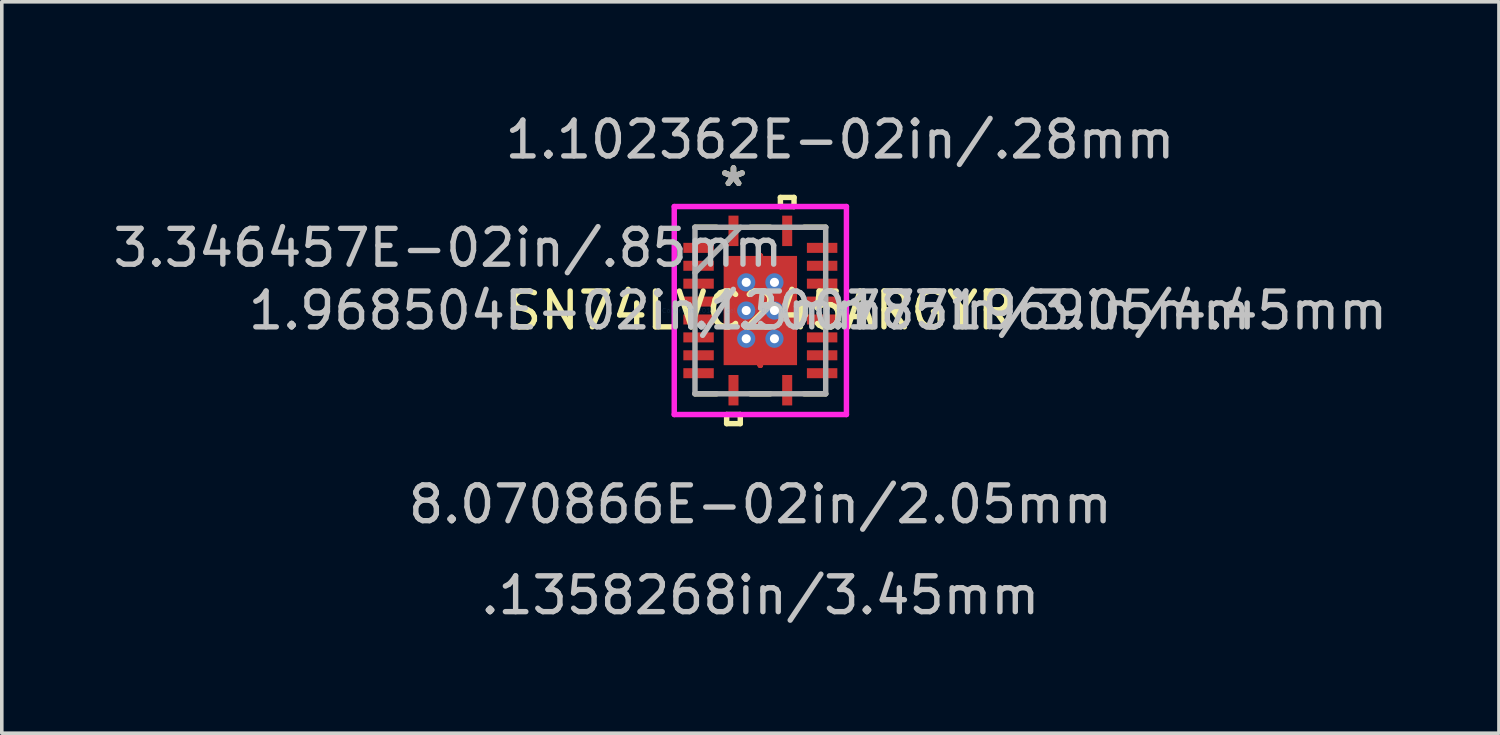
<source format=kicad_pcb>
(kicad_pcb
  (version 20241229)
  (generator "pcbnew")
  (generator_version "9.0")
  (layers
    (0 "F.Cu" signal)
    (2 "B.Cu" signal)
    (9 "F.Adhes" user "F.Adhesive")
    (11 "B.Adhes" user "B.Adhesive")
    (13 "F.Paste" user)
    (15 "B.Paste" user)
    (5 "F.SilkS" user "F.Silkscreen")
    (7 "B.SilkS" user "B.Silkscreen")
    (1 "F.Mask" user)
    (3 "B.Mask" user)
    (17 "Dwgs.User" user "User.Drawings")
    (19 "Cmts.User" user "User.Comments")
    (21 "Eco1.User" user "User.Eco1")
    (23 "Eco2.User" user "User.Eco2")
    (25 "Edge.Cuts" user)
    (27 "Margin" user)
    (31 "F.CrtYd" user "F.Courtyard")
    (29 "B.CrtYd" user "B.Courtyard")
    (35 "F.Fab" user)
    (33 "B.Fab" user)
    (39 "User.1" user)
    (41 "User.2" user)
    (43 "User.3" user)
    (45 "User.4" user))
  (footprint "SN74LVC245ARGYR"
    (layer "F.Cu")
    (at 18.181 5.621)
    (property "Reference" "SN74LVC245ARGYR" (at 0 0 0) (layer "F.SilkS") (effects (font (size 1 1) (thickness 0.15))))
    (attr through_hole)
    (fp_line (start 0 -1.525) (end 0 -1.525) (stroke (width 0.152) (type solid)) (layer "F.Cu"))
    (fp_line (start 0 -1.525) (end 0 -1.525) (stroke (width 0.152) (type solid)) (layer "F.Cu"))
    (fp_line (start 0 -1.525) (end 0 -1.525) (stroke (width 0.152) (type solid)) (layer "F.Cu"))
    (fp_line (start 0 -1.525) (end 0 -1.525) (stroke (width 0.152) (type solid)) (layer "F.Cu"))
    (fp_line (start 0 -1.525) (end 0 -1.525) (stroke (width 0.152) (type solid)) (layer "F.Cu"))
    (fp_line (start 0 -1.525) (end 0 -1.525) (stroke (width 0.152) (type solid)) (layer "F.Cu"))
    (fp_line (start 0 -1.525) (end 0 -1.525) (stroke (width 0.152) (type solid)) (layer "F.Cu"))
    (fp_line (start 0 -1.525) (end 0 -1.525) (stroke (width 0.152) (type solid)) (layer "F.Cu"))
    (fp_line (start 0 1.525) (end 0 1.525) (stroke (width 0.152) (type solid)) (layer "F.Cu"))
    (fp_line (start 0 1.525) (end 0 1.525) (stroke (width 0.152) (type solid)) (layer "F.Cu"))
    (fp_line (start 0 1.525) (end 0 1.525) (stroke (width 0.152) (type solid)) (layer "F.Cu"))
    (fp_line (start 0 1.525) (end 0 1.525) (stroke (width 0.152) (type solid)) (layer "F.Cu"))
    (fp_line (start 0 1.525) (end 0 1.525) (stroke (width 0.152) (type solid)) (layer "F.Cu"))
    (fp_line (start 0 1.525) (end 0 1.525) (stroke (width 0.152) (type solid)) (layer "F.Cu"))
    (fp_line (start 0 1.525) (end 0 1.525) (stroke (width 0.152) (type solid)) (layer "F.Cu"))
    (fp_line (start 0 1.525) (end 0 1.525) (stroke (width 0.152) (type solid)) (layer "F.Cu"))
    (fp_line (start -2.22 -1.96) (end -2.22 -1.54) (stroke (width 0.152) (type solid)) (layer "F.Mask"))
    (fp_line (start -2.22 -1.54) (end -1.23 -1.54) (stroke (width 0.152) (type solid)) (layer "F.Mask"))
    (fp_line (start -2.22 -1.46) (end -2.22 -1.04) (stroke (width 0.152) (type solid)) (layer "F.Mask"))
    (fp_line (start -2.22 -1.04) (end -1.23 -1.04) (stroke (width 0.152) (type solid)) (layer "F.Mask"))
    (fp_line (start -2.22 -0.96) (end -2.22 -0.54) (stroke (width 0.152) (type solid)) (layer "F.Mask"))
    (fp_line (start -2.22 -0.54) (end -1.23 -0.54) (stroke (width 0.152) (type solid)) (layer "F.Mask"))
    (fp_line (start -2.22 -0.46) (end -2.22 -0.04) (stroke (width 0.152) (type solid)) (layer "F.Mask"))
    (fp_line (start -2.22 -0.04) (end -1.23 -0.04) (stroke (width 0.152) (type solid)) (layer "F.Mask"))
    (fp_line (start -2.22 0.04) (end -2.22 0.46) (stroke (width 0.152) (type solid)) (layer "F.Mask"))
    (fp_line (start -2.22 0.46) (end -1.23 0.46) (stroke (width 0.152) (type solid)) (layer "F.Mask"))
    (fp_line (start -2.22 0.54) (end -2.22 0.96) (stroke (width 0.152) (type solid)) (layer "F.Mask"))
    (fp_line (start -2.22 0.96) (end -1.23 0.96) (stroke (width 0.152) (type solid)) (layer "F.Mask"))
    (fp_line (start -2.22 1.04) (end -2.22 1.46) (stroke (width 0.152) (type solid)) (layer "F.Mask"))
    (fp_line (start -2.22 1.46) (end -1.23 1.46) (stroke (width 0.152) (type solid)) (layer "F.Mask"))
    (fp_line (start -2.22 1.54) (end -2.22 1.96) (stroke (width 0.152) (type solid)) (layer "F.Mask"))
    (fp_line (start -2.22 1.96) (end -1.23 1.96) (stroke (width 0.152) (type solid)) (layer "F.Mask"))
    (fp_line (start -1.23 -1.96) (end -2.22 -1.96) (stroke (width 0.152) (type solid)) (layer "F.Mask"))
    (fp_line (start -1.23 -1.54) (end -1.23 -1.96) (stroke (width 0.152) (type solid)) (layer "F.Mask"))
    (fp_line (start -1.23 -1.46) (end -2.22 -1.46) (stroke (width 0.152) (type solid)) (layer "F.Mask"))
    (fp_line (start -1.23 -1.04) (end -1.23 -1.46) (stroke (width 0.152) (type solid)) (layer "F.Mask"))
    (fp_line (start -1.23 -0.96) (end -2.22 -0.96) (stroke (width 0.152) (type solid)) (layer "F.Mask"))
    (fp_line (start -1.23 -0.54) (end -1.23 -0.96) (stroke (width 0.152) (type solid)) (layer "F.Mask"))
    (fp_line (start -1.23 -0.46) (end -2.22 -0.46) (stroke (width 0.152) (type solid)) (layer "F.Mask"))
    (fp_line (start -1.23 -0.04) (end -1.23 -0.46) (stroke (width 0.152) (type solid)) (layer "F.Mask"))
    (fp_line (start -1.23 0.04) (end -2.22 0.04) (stroke (width 0.152) (type solid)) (layer "F.Mask"))
    (fp_line (start -1.23 0.46) (end -1.23 0.04) (stroke (width 0.152) (type solid)) (layer "F.Mask"))
    (fp_line (start -1.23 0.54) (end -2.22 0.54) (stroke (width 0.152) (type solid)) (layer "F.Mask"))
    (fp_line (start -1.23 0.96) (end -1.23 0.54) (stroke (width 0.152) (type solid)) (layer "F.Mask"))
    (fp_line (start -1.23 1.04) (end -2.22 1.04) (stroke (width 0.152) (type solid)) (layer "F.Mask"))
    (fp_line (start -1.23 1.46) (end -1.23 1.04) (stroke (width 0.152) (type solid)) (layer "F.Mask"))
    (fp_line (start -1.23 1.54) (end -2.22 1.54) (stroke (width 0.152) (type solid)) (layer "F.Mask"))
    (fp_line (start -1.23 1.96) (end -1.23 1.54) (stroke (width 0.152) (type solid)) (layer "F.Mask"))
    (fp_line (start -1.089 -1.588) (end -0.594 -1.588) (stroke (width 0.152) (type solid)) (layer "F.Mask"))
    (fp_line (start -1.089 -1.588) (end 1.089 -1.588) (stroke (width 0.152) (type solid)) (layer "F.Mask"))
    (fp_line (start -1.089 -0.987) (end -1.089 -1.588) (stroke (width 0.152) (type solid)) (layer "F.Mask"))
    (fp_line (start -1.089 -0.587) (end 1.089 -0.587) (stroke (width 0.152) (type solid)) (layer "F.Mask"))
    (fp_line (start -1.089 -0.2) (end -1.089 -0.587) (stroke (width 0.152) (type solid)) (layer "F.Mask"))
    (fp_line (start -1.089 0.2) (end 1.089 0.2) (stroke (width 0.152) (type solid)) (layer "F.Mask"))
    (fp_line (start -1.089 0.587) (end -1.089 0.2) (stroke (width 0.152) (type solid)) (layer "F.Mask"))
    (fp_line (start -1.089 0.987) (end 1.089 0.987) (stroke (width 0.152) (type solid)) (layer "F.Mask"))
    (fp_line (start -1.089 1.588) (end -1.089 -1.588) (stroke (width 0.152) (type solid)) (layer "F.Mask"))
    (fp_line (start -1.089 1.588) (end -1.089 0.987) (stroke (width 0.152) (type solid)) (layer "F.Mask"))
    (fp_line (start -0.96 -2.72) (end -0.96 -1.73) (stroke (width 0.152) (type solid)) (layer "F.Mask"))
    (fp_line (start -0.96 -1.73) (end -0.54 -1.73) (stroke (width 0.152) (type solid)) (layer "F.Mask"))
    (fp_line (start -0.96 1.73) (end -0.96 2.72) (stroke (width 0.152) (type solid)) (layer "F.Mask"))
    (fp_line (start -0.96 2.72) (end -0.54 2.72) (stroke (width 0.152) (type solid)) (layer "F.Mask"))
    (fp_line (start -0.594 -1.588) (end -0.594 1.588) (stroke (width 0.152) (type solid)) (layer "F.Mask"))
    (fp_line (start -0.594 1.588) (end -1.089 1.588) (stroke (width 0.152) (type solid)) (layer "F.Mask"))
    (fp_line (start -0.54 -2.72) (end -0.96 -2.72) (stroke (width 0.152) (type solid)) (layer "F.Mask"))
    (fp_line (start -0.54 -1.73) (end -0.54 -2.72) (stroke (width 0.152) (type solid)) (layer "F.Mask"))
    (fp_line (start -0.54 1.73) (end -0.96 1.73) (stroke (width 0.152) (type solid)) (layer "F.Mask"))
    (fp_line (start -0.54 2.72) (end -0.54 1.73) (stroke (width 0.152) (type solid)) (layer "F.Mask"))
    (fp_line (start -0.194 -1.588) (end -0.194 1.588) (stroke (width 0.152) (type solid)) (layer "F.Mask"))
    (fp_line (start -0.194 1.588) (end 0.194 1.588) (stroke (width 0.152) (type solid)) (layer "F.Mask"))
    (fp_line (start 0 -1.525) (end 0 -1.525) (stroke (width 0.152) (type solid)) (layer "F.Mask"))
    (fp_line (start 0 -1.525) (end 0 -1.525) (stroke (width 0.152) (type solid)) (layer "F.Mask"))
    (fp_line (start 0 -1.525) (end 0 -1.525) (stroke (width 0.152) (type solid)) (layer "F.Mask"))
    (fp_line (start 0 -1.525) (end 0 -1.525) (stroke (width 0.152) (type solid)) (layer "F.Mask"))
    (fp_line (start 0 -1.525) (end 0 -1.525) (stroke (width 0.152) (type solid)) (layer "F.Mask"))
    (fp_line (start 0 -1.525) (end 0 -1.525) (stroke (width 0.152) (type solid)) (layer "F.Mask"))
    (fp_line (start 0 -1.525) (end 0 -1.525) (stroke (width 0.152) (type solid)) (layer "F.Mask"))
    (fp_line (start 0 -1.525) (end 0 -1.525) (stroke (width 0.152) (type solid)) (layer "F.Mask"))
    (fp_line (start 0 1.525) (end 0 1.525) (stroke (width 0.152) (type solid)) (layer "F.Mask"))
    (fp_line (start 0 1.525) (end 0 1.525) (stroke (width 0.152) (type solid)) (layer "F.Mask"))
    (fp_line (start 0 1.525) (end 0 1.525) (stroke (width 0.152) (type solid)) (layer "F.Mask"))
    (fp_line (start 0 1.525) (end 0 1.525) (stroke (width 0.152) (type solid)) (layer "F.Mask"))
    (fp_line (start 0 1.525) (end 0 1.525) (stroke (width 0.152) (type solid)) (layer "F.Mask"))
    (fp_line (start 0 1.525) (end 0 1.525) (stroke (width 0.152) (type solid)) (layer "F.Mask"))
    (fp_line (start 0 1.525) (end 0 1.525) (stroke (width 0.152) (type solid)) (layer "F.Mask"))
    (fp_line (start 0 1.525) (end 0 1.525) (stroke (width 0.152) (type solid)) (layer "F.Mask"))
    (fp_line (start 0.194 -1.588) (end -0.194 -1.588) (stroke (width 0.152) (type solid)) (layer "F.Mask"))
    (fp_line (start 0.194 1.588) (end 0.194 -1.588) (stroke (width 0.152) (type solid)) (layer "F.Mask"))
    (fp_line (start 0.54 -2.72) (end 0.54 -1.73) (stroke (width 0.152) (type solid)) (layer "F.Mask"))
    (fp_line (start 0.54 -1.73) (end 0.96 -1.73) (stroke (width 0.152) (type solid)) (layer "F.Mask"))
    (fp_line (start 0.54 1.73) (end 0.54 2.72) (stroke (width 0.152) (type solid)) (layer "F.Mask"))
    (fp_line (start 0.54 2.72) (end 0.96 2.72) (stroke (width 0.152) (type solid)) (layer "F.Mask"))
    (fp_line (start 0.594 -1.588) (end 1.089 -1.588) (stroke (width 0.152) (type solid)) (layer "F.Mask"))
    (fp_line (start 0.594 1.588) (end 0.594 -1.588) (stroke (width 0.152) (type solid)) (layer "F.Mask"))
    (fp_line (start 0.96 -2.72) (end 0.54 -2.72) (stroke (width 0.152) (type solid)) (layer "F.Mask"))
    (fp_line (start 0.96 -1.73) (end 0.96 -2.72) (stroke (width 0.152) (type solid)) (layer "F.Mask"))
    (fp_line (start 0.96 1.73) (end 0.54 1.73) (stroke (width 0.152) (type solid)) (layer "F.Mask"))
    (fp_line (start 0.96 2.72) (end 0.96 1.73) (stroke (width 0.152) (type solid)) (layer "F.Mask"))
    (fp_line (start 1.089 -1.588) (end 1.089 -0.987) (stroke (width 0.152) (type solid)) (layer "F.Mask"))
    (fp_line (start 1.089 -1.588) (end 1.089 1.588) (stroke (width 0.152) (type solid)) (layer "F.Mask"))
    (fp_line (start 1.089 -0.987) (end -1.089 -0.987) (stroke (width 0.152) (type solid)) (layer "F.Mask"))
    (fp_line (start 1.089 -0.587) (end 1.089 -0.2) (stroke (width 0.152) (type solid)) (layer "F.Mask"))
    (fp_line (start 1.089 -0.2) (end -1.089 -0.2) (stroke (width 0.152) (type solid)) (layer "F.Mask"))
    (fp_line (start 1.089 0.2) (end 1.089 0.587) (stroke (width 0.152) (type solid)) (layer "F.Mask"))
    (fp_line (start 1.089 0.587) (end -1.089 0.587) (stroke (width 0.152) (type solid)) (layer "F.Mask"))
    (fp_line (start 1.089 0.987) (end 1.089 1.588) (stroke (width 0.152) (type solid)) (layer "F.Mask"))
    (fp_line (start 1.089 1.588) (end -1.089 1.588) (stroke (width 0.152) (type solid)) (layer "F.Mask"))
    (fp_line (start 1.089 1.588) (end 0.594 1.588) (stroke (width 0.152) (type solid)) (layer "F.Mask"))
    (fp_line (start 1.23 -1.96) (end 1.23 -1.54) (stroke (width 0.152) (type solid)) (layer "F.Mask"))
    (fp_line (start 1.23 -1.54) (end 2.22 -1.54) (stroke (width 0.152) (type solid)) (layer "F.Mask"))
    (fp_line (start 1.23 -1.46) (end 1.23 -1.04) (stroke (width 0.152) (type solid)) (layer "F.Mask"))
    (fp_line (start 1.23 -1.04) (end 2.22 -1.04) (stroke (width 0.152) (type solid)) (layer "F.Mask"))
    (fp_line (start 1.23 -0.96) (end 1.23 -0.54) (stroke (width 0.152) (type solid)) (layer "F.Mask"))
    (fp_line (start 1.23 -0.54) (end 2.22 -0.54) (stroke (width 0.152) (type solid)) (layer "F.Mask"))
    (fp_line (start 1.23 -0.46) (end 1.23 -0.04) (stroke (width 0.152) (type solid)) (layer "F.Mask"))
    (fp_line (start 1.23 -0.04) (end 2.22 -0.04) (stroke (width 0.152) (type solid)) (layer "F.Mask"))
    (fp_line (start 1.23 0.04) (end 1.23 0.46) (stroke (width 0.152) (type solid)) (layer "F.Mask"))
    (fp_line (start 1.23 0.46) (end 2.22 0.46) (stroke (width 0.152) (type solid)) (layer "F.Mask"))
    (fp_line (start 1.23 0.54) (end 1.23 0.96) (stroke (width 0.152) (type solid)) (layer "F.Mask"))
    (fp_line (start 1.23 0.96) (end 2.22 0.96) (stroke (width 0.152) (type solid)) (layer "F.Mask"))
    (fp_line (start 1.23 1.04) (end 1.23 1.46) (stroke (width 0.152) (type solid)) (layer "F.Mask"))
    (fp_line (start 1.23 1.46) (end 2.22 1.46) (stroke (width 0.152) (type solid)) (layer "F.Mask"))
    (fp_line (start 1.23 1.54) (end 1.23 1.96) (stroke (width 0.152) (type solid)) (layer "F.Mask"))
    (fp_line (start 1.23 1.96) (end 2.22 1.96) (stroke (width 0.152) (type solid)) (layer "F.Mask"))
    (fp_line (start 2.22 -1.96) (end 1.23 -1.96) (stroke (width 0.152) (type solid)) (layer "F.Mask"))
    (fp_line (start 2.22 -1.54) (end 2.22 -1.96) (stroke (width 0.152) (type solid)) (layer "F.Mask"))
    (fp_line (start 2.22 -1.46) (end 1.23 -1.46) (stroke (width 0.152) (type solid)) (layer "F.Mask"))
    (fp_line (start 2.22 -1.04) (end 2.22 -1.46) (stroke (width 0.152) (type solid)) (layer "F.Mask"))
    (fp_line (start 2.22 -0.96) (end 1.23 -0.96) (stroke (width 0.152) (type solid)) (layer "F.Mask"))
    (fp_line (start 2.22 -0.54) (end 2.22 -0.96) (stroke (width 0.152) (type solid)) (layer "F.Mask"))
    (fp_line (start 2.22 -0.46) (end 1.23 -0.46) (stroke (width 0.152) (type solid)) (layer "F.Mask"))
    (fp_line (start 2.22 -0.04) (end 2.22 -0.46) (stroke (width 0.152) (type solid)) (layer "F.Mask"))
    (fp_line (start 2.22 0.04) (end 1.23 0.04) (stroke (width 0.152) (type solid)) (layer "F.Mask"))
    (fp_line (start 2.22 0.46) (end 2.22 0.04) (stroke (width 0.152) (type solid)) (layer "F.Mask"))
    (fp_line (start 2.22 0.54) (end 1.23 0.54) (stroke (width 0.152) (type solid)) (layer "F.Mask"))
    (fp_line (start 2.22 0.96) (end 2.22 0.54) (stroke (width 0.152) (type solid)) (layer "F.Mask"))
    (fp_line (start 2.22 1.04) (end 1.23 1.04) (stroke (width 0.152) (type solid)) (layer "F.Mask"))
    (fp_line (start 2.22 1.46) (end 2.22 1.04) (stroke (width 0.152) (type solid)) (layer "F.Mask"))
    (fp_line (start 2.22 1.54) (end 1.23 1.54) (stroke (width 0.152) (type solid)) (layer "F.Mask"))
    (fp_line (start 2.22 1.96) (end 2.22 1.54) (stroke (width 0.152) (type solid)) (layer "F.Mask"))
    (fp_line (start -1.825 2.325) (end -1.223 2.325) (stroke (width 0.152) (type solid)) (layer "F.SilkS"))
    (fp_line (start -1.223 -2.325) (end -1.825 -2.325) (stroke (width 0.152) (type solid)) (layer "F.SilkS"))
    (fp_line (start -0.941 2.904) (end -0.941 3.158) (stroke (width 0.152) (type solid)) (layer "F.SilkS"))
    (fp_line (start -0.941 3.158) (end -0.56 3.158) (stroke (width 0.152) (type solid)) (layer "F.SilkS"))
    (fp_line (start -0.56 2.904) (end -0.941 2.904) (stroke (width 0.152) (type solid)) (layer "F.SilkS"))
    (fp_line (start -0.56 3.158) (end -0.56 2.904) (stroke (width 0.152) (type solid)) (layer "F.SilkS"))
    (fp_line (start -0.277 2.325) (end 0.277 2.325) (stroke (width 0.152) (type solid)) (layer "F.SilkS"))
    (fp_line (start 0.277 -2.325) (end -0.277 -2.325) (stroke (width 0.152) (type solid)) (layer "F.SilkS"))
    (fp_line (start 0.56 -3.158) (end 0.941 -3.158) (stroke (width 0.152) (type solid)) (layer "F.SilkS"))
    (fp_line (start 0.56 -2.904) (end 0.56 -3.158) (stroke (width 0.152) (type solid)) (layer "F.SilkS"))
    (fp_line (start 0.941 -3.158) (end 0.941 -2.904) (stroke (width 0.152) (type solid)) (layer "F.SilkS"))
    (fp_line (start 0.941 -2.904) (end 0.56 -2.904) (stroke (width 0.152) (type solid)) (layer "F.SilkS"))
    (fp_line (start 1.223 2.325) (end 1.825 2.325) (stroke (width 0.152) (type solid)) (layer "F.SilkS"))
    (fp_line (start 1.825 -2.325) (end 1.223 -2.325) (stroke (width 0.152) (type solid)) (layer "F.SilkS"))
    (fp_line (start -2.125 -1.865) (end -2.125 -1.635) (stroke (width 0.152) (type solid)) (layer "F.Paste"))
    (fp_line (start -2.125 -1.635) (end -1.325 -1.635) (stroke (width 0.152) (type solid)) (layer "F.Paste"))
    (fp_line (start -2.125 -1.365) (end -2.125 -1.135) (stroke (width 0.152) (type solid)) (layer "F.Paste"))
    (fp_line (start -2.125 -1.135) (end -1.325 -1.135) (stroke (width 0.152) (type solid)) (layer "F.Paste"))
    (fp_line (start -2.125 -0.865) (end -2.125 -0.635) (stroke (width 0.152) (type solid)) (layer "F.Paste"))
    (fp_line (start -2.125 -0.635) (end -1.325 -0.635) (stroke (width 0.152) (type solid)) (layer "F.Paste"))
    (fp_line (start -2.125 -0.365) (end -2.125 -0.135) (stroke (width 0.152) (type solid)) (layer "F.Paste"))
    (fp_line (start -2.125 -0.135) (end -1.325 -0.135) (stroke (width 0.152) (type solid)) (layer "F.Paste"))
    (fp_line (start -2.125 0.135) (end -2.125 0.365) (stroke (width 0.152) (type solid)) (layer "F.Paste"))
    (fp_line (start -2.125 0.365) (end -1.325 0.365) (stroke (width 0.152) (type solid)) (layer "F.Paste"))
    (fp_line (start -2.125 0.635) (end -2.125 0.865) (stroke (width 0.152) (type solid)) (layer "F.Paste"))
    (fp_line (start -2.125 0.865) (end -1.325 0.865) (stroke (width 0.152) (type solid)) (layer "F.Paste"))
    (fp_line (start -2.125 1.135) (end -2.125 1.365) (stroke (width 0.152) (type solid)) (layer "F.Paste"))
    (fp_line (start -2.125 1.365) (end -1.325 1.365) (stroke (width 0.152) (type solid)) (layer "F.Paste"))
    (fp_line (start -2.125 1.635) (end -2.125 1.865) (stroke (width 0.152) (type solid)) (layer "F.Paste"))
    (fp_line (start -2.125 1.865) (end -1.325 1.865) (stroke (width 0.152) (type solid)) (layer "F.Paste"))
    (fp_line (start -1.325 -1.865) (end -2.125 -1.865) (stroke (width 0.152) (type solid)) (layer "F.Paste"))
    (fp_line (start -1.325 -1.635) (end -1.325 -1.865) (stroke (width 0.152) (type solid)) (layer "F.Paste"))
    (fp_line (start -1.325 -1.365) (end -2.125 -1.365) (stroke (width 0.152) (type solid)) (layer "F.Paste"))
    (fp_line (start -1.325 -1.135) (end -1.325 -1.365) (stroke (width 0.152) (type solid)) (layer "F.Paste"))
    (fp_line (start -1.325 -0.865) (end -2.125 -0.865) (stroke (width 0.152) (type solid)) (layer "F.Paste"))
    (fp_line (start -1.325 -0.635) (end -1.325 -0.865) (stroke (width 0.152) (type solid)) (layer "F.Paste"))
    (fp_line (start -1.325 -0.365) (end -2.125 -0.365) (stroke (width 0.152) (type solid)) (layer "F.Paste"))
    (fp_line (start -1.325 -0.135) (end -1.325 -0.365) (stroke (width 0.152) (type solid)) (layer "F.Paste"))
    (fp_line (start -1.325 0.135) (end -2.125 0.135) (stroke (width 0.152) (type solid)) (layer "F.Paste"))
    (fp_line (start -1.325 0.365) (end -1.325 0.135) (stroke (width 0.152) (type solid)) (layer "F.Paste"))
    (fp_line (start -1.325 0.635) (end -2.125 0.635) (stroke (width 0.152) (type solid)) (layer "F.Paste"))
    (fp_line (start -1.325 0.865) (end -1.325 0.635) (stroke (width 0.152) (type solid)) (layer "F.Paste"))
    (fp_line (start -1.325 1.135) (end -2.125 1.135) (stroke (width 0.152) (type solid)) (layer "F.Paste"))
    (fp_line (start -1.325 1.365) (end -1.325 1.135) (stroke (width 0.152) (type solid)) (layer "F.Paste"))
    (fp_line (start -1.325 1.635) (end -2.125 1.635) (stroke (width 0.152) (type solid)) (layer "F.Paste"))
    (fp_line (start -1.325 1.865) (end -1.325 1.635) (stroke (width 0.152) (type solid)) (layer "F.Paste"))
    (fp_line (start -0.95 -1.45) (end -0.95 -0.887) (stroke (width 0.152) (type solid)) (layer "F.Paste"))
    (fp_line (start -0.95 -0.887) (end -0.635 -0.887) (stroke (width 0.152) (type solid)) (layer "F.Paste"))
    (fp_line (start -0.95 -0.687) (end -0.95 -0.1) (stroke (width 0.152) (type solid)) (layer "F.Paste"))
    (fp_line (start -0.95 -0.1) (end -0.635 -0.1) (stroke (width 0.152) (type solid)) (layer "F.Paste"))
    (fp_line (start -0.95 0.1) (end -0.95 0.687) (stroke (width 0.152) (type solid)) (layer "F.Paste"))
    (fp_line (start -0.95 0.687) (end -0.635 0.687) (stroke (width 0.152) (type solid)) (layer "F.Paste"))
    (fp_line (start -0.95 0.887) (end -0.95 1.45) (stroke (width 0.152) (type solid)) (layer "F.Paste"))
    (fp_line (start -0.95 1.45) (end -0.494 1.45) (stroke (width 0.152) (type solid)) (layer "F.Paste"))
    (fp_line (start -0.865 -2.625) (end -0.865 -1.825) (stroke (width 0.152) (type solid)) (layer "F.Paste"))
    (fp_line (start -0.865 -1.825) (end -0.635 -1.825) (stroke (width 0.152) (type solid)) (layer "F.Paste"))
    (fp_line (start -0.865 1.825) (end -0.865 2.625) (stroke (width 0.152) (type solid)) (layer "F.Paste"))
    (fp_line (start -0.865 2.625) (end -0.635 2.625) (stroke (width 0.152) (type solid)) (layer "F.Paste"))
    (fp_line (start -0.635 -0.887) (end -0.635 -0.887) (stroke (width 0.152) (type solid)) (layer "F.Paste"))
    (fp_line (start -0.635 -0.887) (end -0.494 -1.029) (stroke (width 0.152) (type solid)) (layer "F.Paste"))
    (fp_line (start -0.635 -0.687) (end -0.95 -0.687) (stroke (width 0.152) (type solid)) (layer "F.Paste"))
    (fp_line (start -0.635 -0.687) (end -0.635 -0.687) (stroke (width 0.152) (type solid)) (layer "F.Paste"))
    (fp_line (start -0.635 -0.1) (end -0.635 -0.1) (stroke (width 0.152) (type solid)) (layer "F.Paste"))
    (fp_line (start -0.635 -0.1) (end -0.494 -0.241) (stroke (width 0.152) (type solid)) (layer "F.Paste"))
    (fp_line (start -0.635 0.1) (end -0.95 0.1) (stroke (width 0.152) (type solid)) (layer "F.Paste"))
    (fp_line (start -0.635 0.1) (end -0.635 0.1) (stroke (width 0.152) (type solid)) (layer "F.Paste"))
    (fp_line (start -0.635 0.687) (end -0.635 0.687) (stroke (width 0.152) (type solid)) (layer "F.Paste"))
    (fp_line (start -0.635 0.687) (end -0.494 0.546) (stroke (width 0.152) (type solid)) (layer "F.Paste"))
    (fp_line (start -0.635 0.887) (end -0.95 0.887) (stroke (width 0.152) (type solid)) (layer "F.Paste"))
    (fp_line (start -0.635 0.887) (end -0.635 0.887) (stroke (width 0.152) (type solid)) (layer "F.Paste"))
    (fp_line (start -0.635 -2.625) (end -0.865 -2.625) (stroke (width 0.152) (type solid)) (layer "F.Paste"))
    (fp_line (start -0.635 -1.825) (end -0.635 -2.625) (stroke (width 0.152) (type solid)) (layer "F.Paste"))
    (fp_line (start -0.635 1.825) (end -0.865 1.825) (stroke (width 0.152) (type solid)) (layer "F.Paste"))
    (fp_line (start -0.635 2.625) (end -0.635 1.825) (stroke (width 0.152) (type solid)) (layer "F.Paste"))
    (fp_line (start -0.494 -1.45) (end -0.95 -1.45) (stroke (width 0.152) (type solid)) (layer "F.Paste"))
    (fp_line (start -0.494 -1.029) (end -0.494 -1.45) (stroke (width 0.152) (type solid)) (layer "F.Paste"))
    (fp_line (start -0.494 -1.029) (end -0.494 -1.029) (stroke (width 0.152) (type solid)) (layer "F.Paste"))
    (fp_line (start -0.494 -0.546) (end -0.635 -0.687) (stroke (width 0.152) (type solid)) (layer "F.Paste"))
    (fp_line (start -0.494 -0.546) (end -0.494 -0.546) (stroke (width 0.152) (type solid)) (layer "F.Paste"))
    (fp_line (start -0.494 -0.241) (end -0.494 -0.546) (stroke (width 0.152) (type solid)) (layer "F.Paste"))
    (fp_line (start -0.494 -0.241) (end -0.494 -0.241) (stroke (width 0.152) (type solid)) (layer "F.Paste"))
    (fp_line (start -0.494 0.241) (end -0.635 0.1) (stroke (width 0.152) (type solid)) (layer "F.Paste"))
    (fp_line (start -0.494 0.241) (end -0.494 0.241) (stroke (width 0.152) (type solid)) (layer "F.Paste"))
    (fp_line (start -0.494 0.546) (end -0.494 0.241) (stroke (width 0.152) (type solid)) (layer "F.Paste"))
    (fp_line (start -0.494 0.546) (end -0.494 0.546) (stroke (width 0.152) (type solid)) (layer "F.Paste"))
    (fp_line (start -0.494 1.029) (end -0.635 0.887) (stroke (width 0.152) (type solid)) (layer "F.Paste"))
    (fp_line (start -0.494 1.029) (end -0.494 1.029) (stroke (width 0.152) (type solid)) (layer "F.Paste"))
    (fp_line (start -0.494 1.45) (end -0.494 1.029) (stroke (width 0.152) (type solid)) (layer "F.Paste"))
    (fp_line (start -0.294 -1.45) (end -0.294 -1.029) (stroke (width 0.152) (type solid)) (layer "F.Paste"))
    (fp_line (start -0.294 -1.029) (end -0.294 -1.029) (stroke (width 0.152) (type solid)) (layer "F.Paste"))
    (fp_line (start -0.294 -1.029) (end -0.152 -0.887) (stroke (width 0.152) (type solid)) (layer "F.Paste"))
    (fp_line (start -0.294 -0.546) (end -0.294 -0.546) (stroke (width 0.152) (type solid)) (layer "F.Paste"))
    (fp_line (start -0.294 -0.546) (end -0.294 -0.241) (stroke (width 0.152) (type solid)) (layer "F.Paste"))
    (fp_line (start -0.294 -0.241) (end -0.294 -0.241) (stroke (width 0.152) (type solid)) (layer "F.Paste"))
    (fp_line (start -0.294 -0.241) (end -0.152 -0.1) (stroke (width 0.152) (type solid)) (layer "F.Paste"))
    (fp_line (start -0.294 0.241) (end -0.294 0.241) (stroke (width 0.152) (type solid)) (layer "F.Paste"))
    (fp_line (start -0.294 0.241) (end -0.294 0.546) (stroke (width 0.152) (type solid)) (layer "F.Paste"))
    (fp_line (start -0.294 0.546) (end -0.294 0.546) (stroke (width 0.152) (type solid)) (layer "F.Paste"))
    (fp_line (start -0.294 0.546) (end -0.152 0.687) (stroke (width 0.152) (type solid)) (layer "F.Paste"))
    (fp_line (start -0.294 1.029) (end -0.294 1.029) (stroke (width 0.152) (type solid)) (layer "F.Paste"))
    (fp_line (start -0.294 1.029) (end -0.294 1.45) (stroke (width 0.152) (type solid)) (layer "F.Paste"))
    (fp_line (start -0.294 1.45) (end 0.294 1.45) (stroke (width 0.152) (type solid)) (layer "F.Paste"))
    (fp_line (start -0.152 -0.887) (end -0.152 -0.887) (stroke (width 0.152) (type solid)) (layer "F.Paste"))
    (fp_line (start -0.152 -0.887) (end 0.152 -0.887) (stroke (width 0.152) (type solid)) (layer "F.Paste"))
    (fp_line (start -0.152 -0.687) (end -0.294 -0.546) (stroke (width 0.152) (type solid)) (layer "F.Paste"))
    (fp_line (start -0.152 -0.687) (end -0.152 -0.687) (stroke (width 0.152) (type solid)) (layer "F.Paste"))
    (fp_line (start -0.152 -0.1) (end -0.152 -0.1) (stroke (width 0.152) (type solid)) (layer "F.Paste"))
    (fp_line (start -0.152 -0.1) (end 0.152 -0.1) (stroke (width 0.152) (type solid)) (layer "F.Paste"))
    (fp_line (start -0.152 0.1) (end -0.294 0.241) (stroke (width 0.152) (type solid)) (layer "F.Paste"))
    (fp_line (start -0.152 0.1) (end -0.152 0.1) (stroke (width 0.152) (type solid)) (layer "F.Paste"))
    (fp_line (start -0.152 0.687) (end -0.152 0.687) (stroke (width 0.152) (type solid)) (layer "F.Paste"))
    (fp_line (start -0.152 0.687) (end 0.152 0.687) (stroke (width 0.152) (type solid)) (layer "F.Paste"))
    (fp_line (start -0.152 0.887) (end -0.294 1.029) (stroke (width 0.152) (type solid)) (layer "F.Paste"))
    (fp_line (start -0.152 0.887) (end -0.152 0.887) (stroke (width 0.152) (type solid)) (layer "F.Paste"))
    (fp_line (start 0 -1.525) (end 0 -1.525) (stroke (width 0.152) (type solid)) (layer "F.Paste"))
    (fp_line (start 0 -1.525) (end 0 -1.525) (stroke (width 0.152) (type solid)) (layer "F.Paste"))
    (fp_line (start 0 -1.525) (end 0 -1.525) (stroke (width 0.152) (type solid)) (layer "F.Paste"))
    (fp_line (start 0 -1.525) (end 0 -1.525) (stroke (width 0.152) (type solid)) (layer "F.Paste"))
    (fp_line (start 0 -1.525) (end 0 -1.525) (stroke (width 0.152) (type solid)) (layer "F.Paste"))
    (fp_line (start 0 -1.525) (end 0 -1.525) (stroke (width 0.152) (type solid)) (layer "F.Paste"))
    (fp_line (start 0 -1.525) (end 0 -1.525) (stroke (width 0.152) (type solid)) (layer "F.Paste"))
    (fp_line (start 0 -1.525) (end 0 -1.525) (stroke (width 0.152) (type solid)) (layer "F.Paste"))
    (fp_line (start 0 1.525) (end 0 1.525) (stroke (width 0.152) (type solid)) (layer "F.Paste"))
    (fp_line (start 0 1.525) (end 0 1.525) (stroke (width 0.152) (type solid)) (layer "F.Paste"))
    (fp_line (start 0 1.525) (end 0 1.525) (stroke (width 0.152) (type solid)) (layer "F.Paste"))
    (fp_line (start 0 1.525) (end 0 1.525) (stroke (width 0.152) (type solid)) (layer "F.Paste"))
    (fp_line (start 0 1.525) (end 0 1.525) (stroke (width 0.152) (type solid)) (layer "F.Paste"))
    (fp_line (start 0 1.525) (end 0 1.525) (stroke (width 0.152) (type solid)) (layer "F.Paste"))
    (fp_line (start 0 1.525) (end 0 1.525) (stroke (width 0.152) (type solid)) (layer "F.Paste"))
    (fp_line (start 0 1.525) (end 0 1.525) (stroke (width 0.152) (type solid)) (layer "F.Paste"))
    (fp_line (start 0.152 -0.887) (end 0.152 -0.887) (stroke (width 0.152) (type solid)) (layer "F.Paste"))
    (fp_line (start 0.152 -0.887) (end 0.294 -1.029) (stroke (width 0.152) (type solid)) (layer "F.Paste"))
    (fp_line (start 0.152 -0.687) (end -0.152 -0.687) (stroke (width 0.152) (type solid)) (layer "F.Paste"))
    (fp_line (start 0.152 -0.687) (end 0.152 -0.687) (stroke (width 0.152) (type solid)) (layer "F.Paste"))
    (fp_line (start 0.152 -0.1) (end 0.152 -0.1) (stroke (width 0.152) (type solid)) (layer "F.Paste"))
    (fp_line (start 0.152 -0.1) (end 0.294 -0.241) (stroke (width 0.152) (type solid)) (layer "F.Paste"))
    (fp_line (start 0.152 0.1) (end -0.152 0.1) (stroke (width 0.152) (type solid)) (layer "F.Paste"))
    (fp_line (start 0.152 0.1) (end 0.152 0.1) (stroke (width 0.152) (type solid)) (layer "F.Paste"))
    (fp_line (start 0.152 0.687) (end 0.152 0.687) (stroke (width 0.152) (type solid)) (layer "F.Paste"))
    (fp_line (start 0.152 0.687) (end 0.294 0.546) (stroke (width 0.152) (type solid)) (layer "F.Paste"))
    (fp_line (start 0.152 0.887) (end -0.152 0.887) (stroke (width 0.152) (type solid)) (layer "F.Paste"))
    (fp_line (start 0.152 0.887) (end 0.152 0.887) (stroke (width 0.152) (type solid)) (layer "F.Paste"))
    (fp_line (start 0.294 -1.45) (end -0.294 -1.45) (stroke (width 0.152) (type solid)) (layer "F.Paste"))
    (fp_line (start 0.294 -1.029) (end 0.294 -1.45) (stroke (width 0.152) (type solid)) (layer "F.Paste"))
    (fp_line (start 0.294 -1.029) (end 0.294 -1.029) (stroke (width 0.152) (type solid)) (layer "F.Paste"))
    (fp_line (start 0.294 -0.546) (end 0.152 -0.687) (stroke (width 0.152) (type solid)) (layer "F.Paste"))
    (fp_line (start 0.294 -0.546) (end 0.294 -0.546) (stroke (width 0.152) (type solid)) (layer "F.Paste"))
    (fp_line (start 0.294 -0.241) (end 0.294 -0.546) (stroke (width 0.152) (type solid)) (layer "F.Paste"))
    (fp_line (start 0.294 -0.241) (end 0.294 -0.241) (stroke (width 0.152) (type solid)) (layer "F.Paste"))
    (fp_line (start 0.294 0.241) (end 0.152 0.1) (stroke (width 0.152) (type solid)) (layer "F.Paste"))
    (fp_line (start 0.294 0.241) (end 0.294 0.241) (stroke (width 0.152) (type solid)) (layer "F.Paste"))
    (fp_line (start 0.294 0.546) (end 0.294 0.241) (stroke (width 0.152) (type solid)) (layer "F.Paste"))
    (fp_line (start 0.294 0.546) (end 0.294 0.546) (stroke (width 0.152) (type solid)) (layer "F.Paste"))
    (fp_line (start 0.294 1.029) (end 0.152 0.887) (stroke (width 0.152) (type solid)) (layer "F.Paste"))
    (fp_line (start 0.294 1.029) (end 0.294 1.029) (stroke (width 0.152) (type solid)) (layer "F.Paste"))
    (fp_line (start 0.294 1.45) (end 0.294 1.029) (stroke (width 0.152) (type solid)) (layer "F.Paste"))
    (fp_line (start 0.494 -1.45) (end 0.494 -1.029) (stroke (width 0.152) (type solid)) (layer "F.Paste"))
    (fp_line (start 0.494 -1.029) (end 0.494 -1.029) (stroke (width 0.152) (type solid)) (layer "F.Paste"))
    (fp_line (start 0.494 -1.029) (end 0.635 -0.887) (stroke (width 0.152) (type solid)) (layer "F.Paste"))
    (fp_line (start 0.494 -0.546) (end 0.494 -0.546) (stroke (width 0.152) (type solid)) (layer "F.Paste"))
    (fp_line (start 0.494 -0.546) (end 0.494 -0.241) (stroke (width 0.152) (type solid)) (layer "F.Paste"))
    (fp_line (start 0.494 -0.241) (end 0.494 -0.241) (stroke (width 0.152) (type solid)) (layer "F.Paste"))
    (fp_line (start 0.494 -0.241) (end 0.635 -0.1) (stroke (width 0.152) (type solid)) (layer "F.Paste"))
    (fp_line (start 0.494 0.241) (end 0.494 0.241) (stroke (width 0.152) (type solid)) (layer "F.Paste"))
    (fp_line (start 0.494 0.241) (end 0.494 0.546) (stroke (width 0.152) (type solid)) (layer "F.Paste"))
    (fp_line (start 0.494 0.546) (end 0.494 0.546) (stroke (width 0.152) (type solid)) (layer "F.Paste"))
    (fp_line (start 0.494 0.546) (end 0.635 0.687) (stroke (width 0.152) (type solid)) (layer "F.Paste"))
    (fp_line (start 0.494 1.029) (end 0.494 1.029) (stroke (width 0.152) (type solid)) (layer "F.Paste"))
    (fp_line (start 0.494 1.029) (end 0.494 1.45) (stroke (width 0.152) (type solid)) (layer "F.Paste"))
    (fp_line (start 0.494 1.45) (end 0.95 1.45) (stroke (width 0.152) (type solid)) (layer "F.Paste"))
    (fp_line (start 0.635 -2.625) (end 0.635 -1.825) (stroke (width 0.152) (type solid)) (layer "F.Paste"))
    (fp_line (start 0.635 -1.825) (end 0.865 -1.825) (stroke (width 0.152) (type solid)) (layer "F.Paste"))
    (fp_line (start 0.635 1.825) (end 0.635 2.625) (stroke (width 0.152) (type solid)) (layer "F.Paste"))
    (fp_line (start 0.635 2.625) (end 0.865 2.625) (stroke (width 0.152) (type solid)) (layer "F.Paste"))
    (fp_line (start 0.635 -0.887) (end 0.635 -0.887) (stroke (width 0.152) (type solid)) (layer "F.Paste"))
    (fp_line (start 0.635 -0.887) (end 0.95 -0.887) (stroke (width 0.152) (type solid)) (layer "F.Paste"))
    (fp_line (start 0.635 -0.687) (end 0.494 -0.546) (stroke (width 0.152) (type solid)) (layer "F.Paste"))
    (fp_line (start 0.635 -0.687) (end 0.635 -0.687) (stroke (width 0.152) (type solid)) (layer "F.Paste"))
    (fp_line (start 0.635 -0.1) (end 0.635 -0.1) (stroke (width 0.152) (type solid)) (layer "F.Paste"))
    (fp_line (start 0.635 -0.1) (end 0.95 -0.1) (stroke (width 0.152) (type solid)) (layer "F.Paste"))
    (fp_line (start 0.635 0.1) (end 0.494 0.241) (stroke (width 0.152) (type solid)) (layer "F.Paste"))
    (fp_line (start 0.635 0.1) (end 0.635 0.1) (stroke (width 0.152) (type solid)) (layer "F.Paste"))
    (fp_line (start 0.635 0.687) (end 0.635 0.687) (stroke (width 0.152) (type solid)) (layer "F.Paste"))
    (fp_line (start 0.635 0.687) (end 0.95 0.687) (stroke (width 0.152) (type solid)) (layer "F.Paste"))
    (fp_line (start 0.635 0.887) (end 0.494 1.029) (stroke (width 0.152) (type solid)) (layer "F.Paste"))
    (fp_line (start 0.635 0.887) (end 0.635 0.887) (stroke (width 0.152) (type solid)) (layer "F.Paste"))
    (fp_line (start 0.865 -2.625) (end 0.635 -2.625) (stroke (width 0.152) (type solid)) (layer "F.Paste"))
    (fp_line (start 0.865 -1.825) (end 0.865 -2.625) (stroke (width 0.152) (type solid)) (layer "F.Paste"))
    (fp_line (start 0.865 1.825) (end 0.635 1.825) (stroke (width 0.152) (type solid)) (layer "F.Paste"))
    (fp_line (start 0.865 2.625) (end 0.865 1.825) (stroke (width 0.152) (type solid)) (layer "F.Paste"))
    (fp_line (start 0.95 -1.45) (end 0.494 -1.45) (stroke (width 0.152) (type solid)) (layer "F.Paste"))
    (fp_line (start 0.95 -0.887) (end 0.95 -1.45) (stroke (width 0.152) (type solid)) (layer "F.Paste"))
    (fp_line (start 0.95 -0.687) (end 0.635 -0.687) (stroke (width 0.152) (type solid)) (layer "F.Paste"))
    (fp_line (start 0.95 -0.1) (end 0.95 -0.687) (stroke (width 0.152) (type solid)) (layer "F.Paste"))
    (fp_line (start 0.95 0.1) (end 0.635 0.1) (stroke (width 0.152) (type solid)) (layer "F.Paste"))
    (fp_line (start 0.95 0.687) (end 0.95 0.1) (stroke (width 0.152) (type solid)) (layer "F.Paste"))
    (fp_line (start 0.95 0.887) (end 0.635 0.887) (stroke (width 0.152) (type solid)) (layer "F.Paste"))
    (fp_line (start 0.95 1.45) (end 0.95 0.887) (stroke (width 0.152) (type solid)) (layer "F.Paste"))
    (fp_line (start 1.325 -1.865) (end 1.325 -1.635) (stroke (width 0.152) (type solid)) (layer "F.Paste"))
    (fp_line (start 1.325 -1.635) (end 2.125 -1.635) (stroke (width 0.152) (type solid)) (layer "F.Paste"))
    (fp_line (start 1.325 -1.365) (end 1.325 -1.135) (stroke (width 0.152) (type solid)) (layer "F.Paste"))
    (fp_line (start 1.325 -1.135) (end 2.125 -1.135) (stroke (width 0.152) (type solid)) (layer "F.Paste"))
    (fp_line (start 1.325 -0.865) (end 1.325 -0.635) (stroke (width 0.152) (type solid)) (layer "F.Paste"))
    (fp_line (start 1.325 -0.635) (end 2.125 -0.635) (stroke (width 0.152) (type solid)) (layer "F.Paste"))
    (fp_line (start 1.325 -0.365) (end 1.325 -0.135) (stroke (width 0.152) (type solid)) (layer "F.Paste"))
    (fp_line (start 1.325 -0.135) (end 2.125 -0.135) (stroke (width 0.152) (type solid)) (layer "F.Paste"))
    (fp_line (start 1.325 0.135) (end 1.325 0.365) (stroke (width 0.152) (type solid)) (layer "F.Paste"))
    (fp_line (start 1.325 0.365) (end 2.125 0.365) (stroke (width 0.152) (type solid)) (layer "F.Paste"))
    (fp_line (start 1.325 0.635) (end 1.325 0.865) (stroke (width 0.152) (type solid)) (layer "F.Paste"))
    (fp_line (start 1.325 0.865) (end 2.125 0.865) (stroke (width 0.152) (type solid)) (layer "F.Paste"))
    (fp_line (start 1.325 1.135) (end 1.325 1.365) (stroke (width 0.152) (type solid)) (layer "F.Paste"))
    (fp_line (start 1.325 1.365) (end 2.125 1.365) (stroke (width 0.152) (type solid)) (layer "F.Paste"))
    (fp_line (start 1.325 1.635) (end 1.325 1.865) (stroke (width 0.152) (type solid)) (layer "F.Paste"))
    (fp_line (start 1.325 1.865) (end 2.125 1.865) (stroke (width 0.152) (type solid)) (layer "F.Paste"))
    (fp_line (start 2.125 -1.865) (end 1.325 -1.865) (stroke (width 0.152) (type solid)) (layer "F.Paste"))
    (fp_line (start 2.125 -1.635) (end 2.125 -1.865) (stroke (width 0.152) (type solid)) (layer "F.Paste"))
    (fp_line (start 2.125 -1.365) (end 1.325 -1.365) (stroke (width 0.152) (type solid)) (layer "F.Paste"))
    (fp_line (start 2.125 -1.135) (end 2.125 -1.365) (stroke (width 0.152) (type solid)) (layer "F.Paste"))
    (fp_line (start 2.125 -0.865) (end 1.325 -0.865) (stroke (width 0.152) (type solid)) (layer "F.Paste"))
    (fp_line (start 2.125 -0.635) (end 2.125 -0.865) (stroke (width 0.152) (type solid)) (layer "F.Paste"))
    (fp_line (start 2.125 -0.365) (end 1.325 -0.365) (stroke (width 0.152) (type solid)) (layer "F.Paste"))
    (fp_line (start 2.125 -0.135) (end 2.125 -0.365) (stroke (width 0.152) (type solid)) (layer "F.Paste"))
    (fp_line (start 2.125 0.135) (end 1.325 0.135) (stroke (width 0.152) (type solid)) (layer "F.Paste"))
    (fp_line (start 2.125 0.365) (end 2.125 0.135) (stroke (width 0.152) (type solid)) (layer "F.Paste"))
    (fp_line (start 2.125 0.635) (end 1.325 0.635) (stroke (width 0.152) (type solid)) (layer "F.Paste"))
    (fp_line (start 2.125 0.865) (end 2.125 0.635) (stroke (width 0.152) (type solid)) (layer "F.Paste"))
    (fp_line (start 2.125 1.135) (end 1.325 1.135) (stroke (width 0.152) (type solid)) (layer "F.Paste"))
    (fp_line (start 2.125 1.365) (end 2.125 1.135) (stroke (width 0.152) (type solid)) (layer "F.Paste"))
    (fp_line (start 2.125 1.635) (end 1.325 1.635) (stroke (width 0.152) (type solid)) (layer "F.Paste"))
    (fp_line (start 2.125 1.865) (end 2.125 1.635) (stroke (width 0.152) (type solid)) (layer "F.Paste"))
    (fp_line (start -2.404 -2.904) (end 2.404 -2.904) (stroke (width 0.152) (type solid)) (layer "F.CrtYd"))
    (fp_line (start -2.404 2.904) (end -2.404 -2.904) (stroke (width 0.152) (type solid)) (layer "F.CrtYd"))
    (fp_line (start 2.404 -2.904) (end 2.404 2.904) (stroke (width 0.152) (type solid)) (layer "F.CrtYd"))
    (fp_line (start 2.404 2.904) (end -2.404 2.904) (stroke (width 0.152) (type solid)) (layer "F.CrtYd"))
    (fp_line (start -1.825 -2.325) (end -1.825 2.325) (stroke (width 0.152) (type solid)) (layer "F.Fab"))
    (fp_line (start -1.825 -1.055) (end -0.555 -2.325) (stroke (width 0.152) (type solid)) (layer "F.Fab"))
    (fp_line (start -1.825 2.325) (end 1.825 2.325) (stroke (width 0.152) (type solid)) (layer "F.Fab"))
    (fp_line (start 1.825 -2.325) (end -1.825 -2.325) (stroke (width 0.152) (type solid)) (layer "F.Fab"))
    (fp_line (start 1.825 2.325) (end 1.825 -2.325) (stroke (width 0.152) (type solid)) (layer "F.Fab"))
    (fp_text user "*" (at -0.75 -3.437 0) (layer "F.SilkS") (effects (font (size 1 1) (thickness 0.15))))
    (fp_text user "*" (at -0.75 -3.437 0) (layer "F.SilkS") (effects (font (size 1 1) (thickness 0.15))))
    (fp_text user "1.102362E-02in/.28mm" (at 2.225 -4.773 0) (layer "Dwgs.User") (effects (font (size 1 1) (thickness 0.15))))
    (fp_text user "1.968504E-02in/.5mm" (at -5.421 0 0) (layer "Dwgs.User") (effects (font (size 1 1) (thickness 0.15))))
    (fp_text user ".1751969in/4.45mm" (at 9.713 0 0) (layer "Dwgs.User") (effects (font (size 1 1) (thickness 0.15))))
    (fp_text user ".1200787in/3.05mm" (at 5.903 0 0) (layer "Dwgs.User") (effects (font (size 1 1) (thickness 0.15))))
    (fp_text user ".1358268in/3.45mm" (at 0 7.953 0) (layer "Dwgs.User") (effects (font (size 1 1) (thickness 0.15))))
    (fp_text user "8.070866E-02in/2.05mm" (at 0 5.413 0) (layer "Dwgs.User") (effects (font (size 1 1) (thickness 0.15))))
    (fp_text user "3.346457E-02in/.85mm" (at -8.723 -1.75 0) (layer "Dwgs.User") (effects (font (size 1 1) (thickness 0.15))))
    (fp_text user "Copyright 2016 Accelerated Designs. All rights reserved." (at 0 0 0) (layer "Cmts.User") (effects (font (size 0.127 0.127) (thickness 0.002))))
    (fp_text user "*" (at -0.75 -3.437 0) (layer "F.Fab") (effects (font (size 1 1) (thickness 0.15))))
    (fp_text user "*" (at -0.75 -3.437 0) (layer "F.Fab") (effects (font (size 1 1) (thickness 0.15))))
    (pad "1" smd rect (at -0.75 -2.225) (size 0.28 0.85) (layers "F.Cu" "F.Mask" "F.Paste"))
    (pad "2" smd rect (at -1.725 -1.75 90) (size 0.28 0.85) (layers "F.Cu" "F.Mask" "F.Paste"))
    (pad "3" smd rect (at -1.725 -1.25 90) (size 0.28 0.85) (layers "F.Cu" "F.Mask" "F.Paste"))
    (pad "4" smd rect (at -1.725 -0.75 90) (size 0.28 0.85) (layers "F.Cu" "F.Mask" "F.Paste"))
    (pad "5" smd rect (at -1.725 -0.25 90) (size 0.28 0.85) (layers "F.Cu" "F.Mask" "F.Paste"))
    (pad "6" smd rect (at -1.725 0.25 90) (size 0.28 0.85) (layers "F.Cu" "F.Mask" "F.Paste"))
    (pad "7" smd rect (at -1.725 0.75 90) (size 0.28 0.85) (layers "F.Cu" "F.Mask" "F.Paste"))
    (pad "8" smd rect (at -1.725 1.25 90) (size 0.28 0.85) (layers "F.Cu" "F.Mask" "F.Paste"))
    (pad "9" smd rect (at -1.725 1.75 90) (size 0.28 0.85) (layers "F.Cu" "F.Mask" "F.Paste"))
    (pad "10" smd rect (at -0.75 2.225) (size 0.28 0.85) (layers "F.Cu" "F.Mask" "F.Paste"))
    (pad "11" smd rect (at 0.75 2.225) (size 0.28 0.85) (layers "F.Cu" "F.Mask" "F.Paste"))
    (pad "12" smd rect (at 1.725 1.75 90) (size 0.28 0.85) (layers "F.Cu" "F.Mask" "F.Paste"))
    (pad "13" smd rect (at 1.725 1.25 90) (size 0.28 0.85) (layers "F.Cu" "F.Mask" "F.Paste"))
    (pad "14" smd rect (at 1.725 0.75 90) (size 0.28 0.85) (layers "F.Cu" "F.Mask" "F.Paste"))
    (pad "15" smd rect (at 1.725 0.25 90) (size 0.28 0.85) (layers "F.Cu" "F.Mask" "F.Paste"))
    (pad "16" smd rect (at 1.725 -0.25 90) (size 0.28 0.85) (layers "F.Cu" "F.Mask" "F.Paste"))
    (pad "17" smd rect (at 1.725 -0.75 90) (size 0.28 0.85) (layers "F.Cu" "F.Mask" "F.Paste"))
    (pad "18" smd rect (at 1.725 -1.25 90) (size 0.28 0.85) (layers "F.Cu" "F.Mask" "F.Paste"))
    (pad "19" smd rect (at 1.725 -1.75 90) (size 0.28 0.85) (layers "F.Cu" "F.Mask" "F.Paste"))
    (pad "20" smd rect (at 0.75 -2.225) (size 0.28 0.85) (layers "F.Cu" "F.Mask" "F.Paste"))
    (pad "21" smd rect (at 0 0) (size 2.05 3.05) (layers "F.Cu" "F.Mask" "F.Paste"))
    (pad "V" thru_hole circle (at -0.394 -0.787) (size 0.508 0.508) (drill 0.254) (layers "*.Cu" "*.Mask"))
    (pad "V" thru_hole circle (at -0.394 0) (size 0.508 0.508) (drill 0.254) (layers "*.Cu" "*.Mask"))
    (pad "V" thru_hole circle (at -0.394 0.787) (size 0.508 0.508) (drill 0.254) (layers "*.Cu" "*.Mask"))
    (pad "V" thru_hole circle (at 0.394 -0.787) (size 0.508 0.508) (drill 0.254) (layers "*.Cu" "*.Mask"))
    (pad "V" thru_hole circle (at 0.394 0) (size 0.508 0.508) (drill 0.254) (layers "*.Cu" "*.Mask"))
    (pad "V" thru_hole circle (at 0.394 0.787) (size 0.508 0.508) (drill 0.254) (layers "*.Cu" "*.Mask")))
  (gr_rect
    (start -3 -3)
    (end 38.805 17.423)
    (stroke (width 0.1) (type default))
    (fill no)
    (layer "Edge.Cuts")))
</source>
